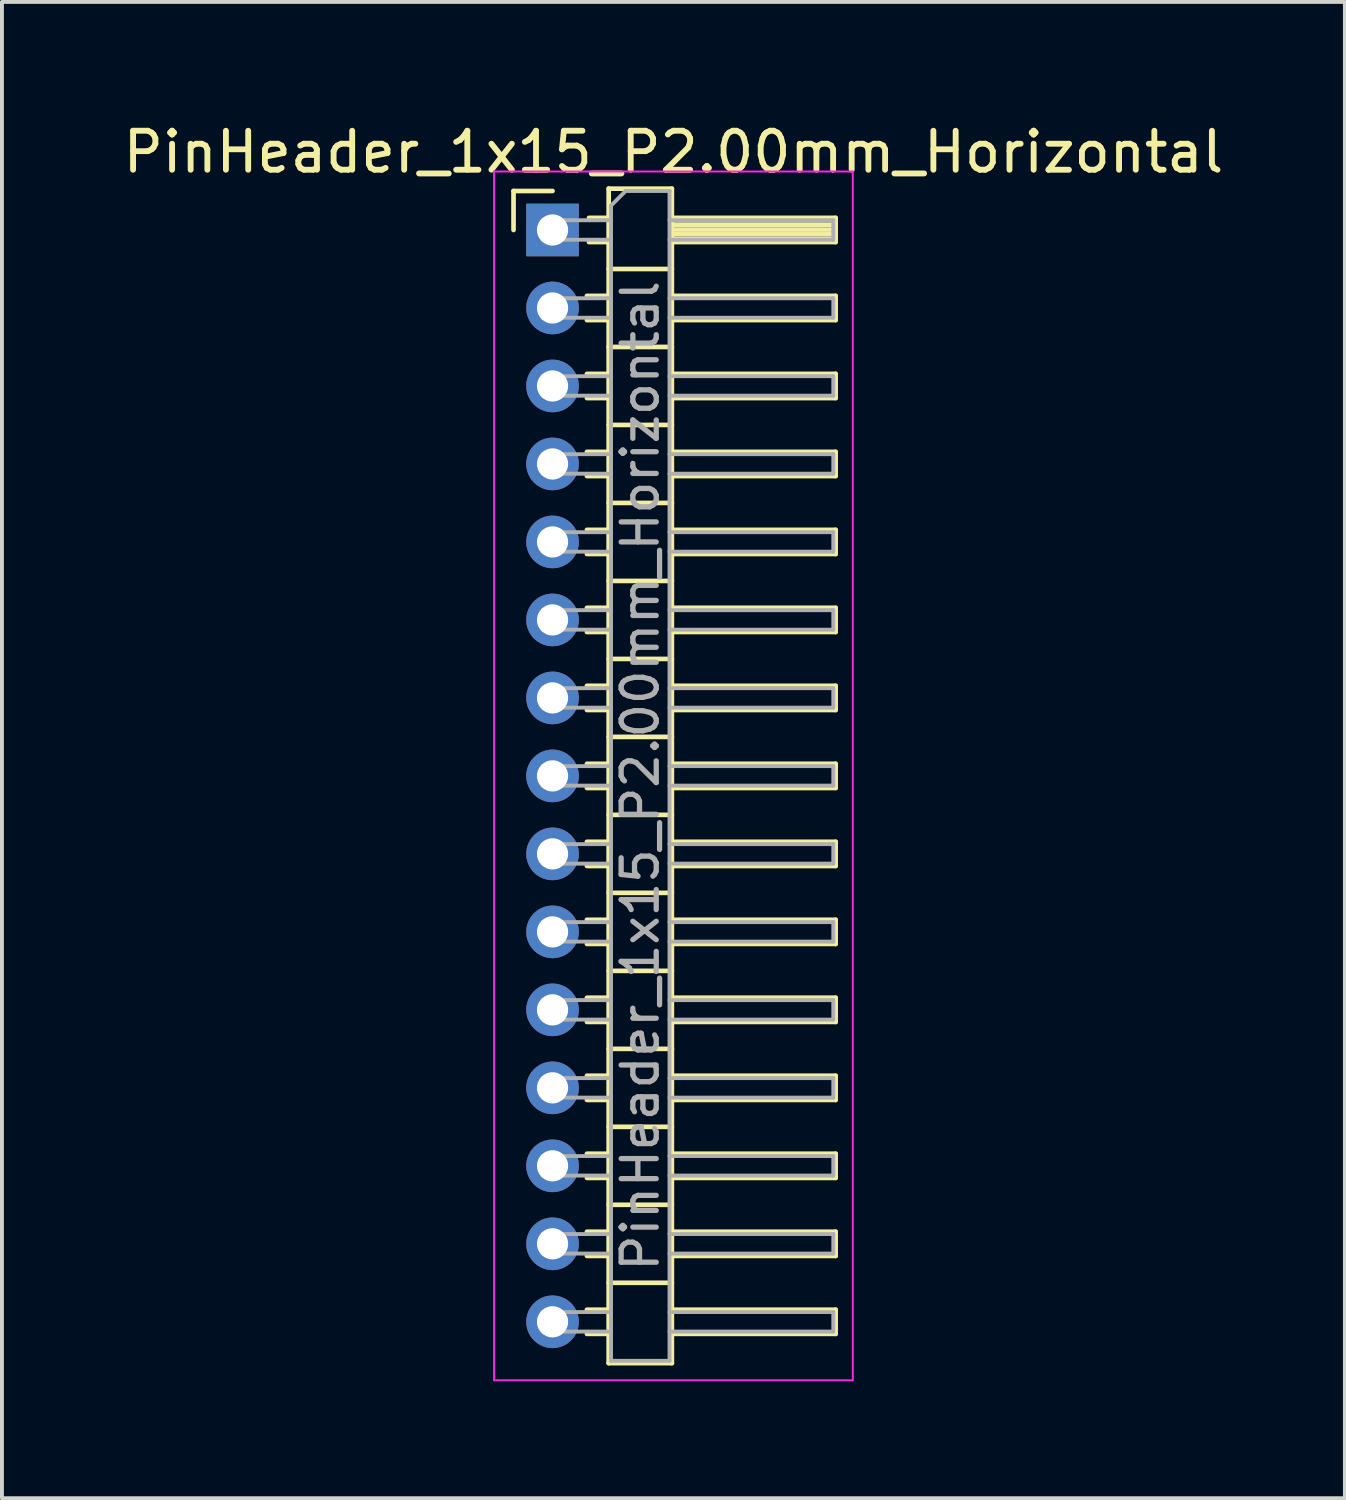
<source format=kicad_pcb>
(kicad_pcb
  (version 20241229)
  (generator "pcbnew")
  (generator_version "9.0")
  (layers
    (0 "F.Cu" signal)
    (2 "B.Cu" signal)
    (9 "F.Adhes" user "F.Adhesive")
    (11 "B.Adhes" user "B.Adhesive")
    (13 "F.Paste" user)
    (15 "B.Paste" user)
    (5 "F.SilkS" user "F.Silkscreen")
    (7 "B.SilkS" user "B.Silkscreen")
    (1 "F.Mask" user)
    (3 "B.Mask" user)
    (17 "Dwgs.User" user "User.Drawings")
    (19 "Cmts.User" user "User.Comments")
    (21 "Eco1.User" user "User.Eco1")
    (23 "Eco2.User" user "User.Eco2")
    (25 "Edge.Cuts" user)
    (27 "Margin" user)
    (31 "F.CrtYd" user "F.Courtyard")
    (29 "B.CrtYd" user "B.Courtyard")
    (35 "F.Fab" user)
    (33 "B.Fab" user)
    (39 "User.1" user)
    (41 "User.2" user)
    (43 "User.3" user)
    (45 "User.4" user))
  (footprint "PinHeader_1x15_P2.00mm_Horizontal"
    (layer "F.Cu")
    (at 11.12 2.848)
    (property "Reference" "PinHeader_1x15_P2.00mm_Horizontal" (at 3.1 -2 0) (layer "F.SilkS") (effects (font (size 1 1) (thickness 0.15))))
    (attr through_hole)
    (fp_line (start -1 -1) (end 0 -1) (stroke (width 0.12) (type solid)) (layer "F.SilkS"))
    (fp_line (start -1 0) (end -1 -1) (stroke (width 0.12) (type solid)) (layer "F.SilkS"))
    (fp_line (start 0.882 1.69) (end 1.44 1.69) (stroke (width 0.12) (type solid)) (layer "F.SilkS"))
    (fp_line (start 0.882 2.31) (end 1.44 2.31) (stroke (width 0.12) (type solid)) (layer "F.SilkS"))
    (fp_line (start 0.882 3.69) (end 1.44 3.69) (stroke (width 0.12) (type solid)) (layer "F.SilkS"))
    (fp_line (start 0.882 4.31) (end 1.44 4.31) (stroke (width 0.12) (type solid)) (layer "F.SilkS"))
    (fp_line (start 0.882 5.69) (end 1.44 5.69) (stroke (width 0.12) (type solid)) (layer "F.SilkS"))
    (fp_line (start 0.882 6.31) (end 1.44 6.31) (stroke (width 0.12) (type solid)) (layer "F.SilkS"))
    (fp_line (start 0.882 7.69) (end 1.44 7.69) (stroke (width 0.12) (type solid)) (layer "F.SilkS"))
    (fp_line (start 0.882 8.31) (end 1.44 8.31) (stroke (width 0.12) (type solid)) (layer "F.SilkS"))
    (fp_line (start 0.882 9.69) (end 1.44 9.69) (stroke (width 0.12) (type solid)) (layer "F.SilkS"))
    (fp_line (start 0.882 10.31) (end 1.44 10.31) (stroke (width 0.12) (type solid)) (layer "F.SilkS"))
    (fp_line (start 0.882 11.69) (end 1.44 11.69) (stroke (width 0.12) (type solid)) (layer "F.SilkS"))
    (fp_line (start 0.882 12.31) (end 1.44 12.31) (stroke (width 0.12) (type solid)) (layer "F.SilkS"))
    (fp_line (start 0.882 13.69) (end 1.44 13.69) (stroke (width 0.12) (type solid)) (layer "F.SilkS"))
    (fp_line (start 0.882 14.31) (end 1.44 14.31) (stroke (width 0.12) (type solid)) (layer "F.SilkS"))
    (fp_line (start 0.882 15.69) (end 1.44 15.69) (stroke (width 0.12) (type solid)) (layer "F.SilkS"))
    (fp_line (start 0.882 16.31) (end 1.44 16.31) (stroke (width 0.12) (type solid)) (layer "F.SilkS"))
    (fp_line (start 0.882 17.69) (end 1.44 17.69) (stroke (width 0.12) (type solid)) (layer "F.SilkS"))
    (fp_line (start 0.882 18.31) (end 1.44 18.31) (stroke (width 0.12) (type solid)) (layer "F.SilkS"))
    (fp_line (start 0.882 19.69) (end 1.44 19.69) (stroke (width 0.12) (type solid)) (layer "F.SilkS"))
    (fp_line (start 0.882 20.31) (end 1.44 20.31) (stroke (width 0.12) (type solid)) (layer "F.SilkS"))
    (fp_line (start 0.882 21.69) (end 1.44 21.69) (stroke (width 0.12) (type solid)) (layer "F.SilkS"))
    (fp_line (start 0.882 22.31) (end 1.44 22.31) (stroke (width 0.12) (type solid)) (layer "F.SilkS"))
    (fp_line (start 0.882 23.69) (end 1.44 23.69) (stroke (width 0.12) (type solid)) (layer "F.SilkS"))
    (fp_line (start 0.882 24.31) (end 1.44 24.31) (stroke (width 0.12) (type solid)) (layer "F.SilkS"))
    (fp_line (start 0.882 25.69) (end 1.44 25.69) (stroke (width 0.12) (type solid)) (layer "F.SilkS"))
    (fp_line (start 0.882 26.31) (end 1.44 26.31) (stroke (width 0.12) (type solid)) (layer "F.SilkS"))
    (fp_line (start 0.882 27.69) (end 1.44 27.69) (stroke (width 0.12) (type solid)) (layer "F.SilkS"))
    (fp_line (start 0.882 28.31) (end 1.44 28.31) (stroke (width 0.12) (type solid)) (layer "F.SilkS"))
    (fp_line (start 0.935 -0.31) (end 1.44 -0.31) (stroke (width 0.12) (type solid)) (layer "F.SilkS"))
    (fp_line (start 0.935 0.31) (end 1.44 0.31) (stroke (width 0.12) (type solid)) (layer "F.SilkS"))
    (fp_line (start 1.44 -1.06) (end 1.44 29.06) (stroke (width 0.12) (type solid)) (layer "F.SilkS"))
    (fp_line (start 1.44 1) (end 3.06 1) (stroke (width 0.12) (type solid)) (layer "F.SilkS"))
    (fp_line (start 1.44 3) (end 3.06 3) (stroke (width 0.12) (type solid)) (layer "F.SilkS"))
    (fp_line (start 1.44 5) (end 3.06 5) (stroke (width 0.12) (type solid)) (layer "F.SilkS"))
    (fp_line (start 1.44 7) (end 3.06 7) (stroke (width 0.12) (type solid)) (layer "F.SilkS"))
    (fp_line (start 1.44 9) (end 3.06 9) (stroke (width 0.12) (type solid)) (layer "F.SilkS"))
    (fp_line (start 1.44 11) (end 3.06 11) (stroke (width 0.12) (type solid)) (layer "F.SilkS"))
    (fp_line (start 1.44 13) (end 3.06 13) (stroke (width 0.12) (type solid)) (layer "F.SilkS"))
    (fp_line (start 1.44 15) (end 3.06 15) (stroke (width 0.12) (type solid)) (layer "F.SilkS"))
    (fp_line (start 1.44 17) (end 3.06 17) (stroke (width 0.12) (type solid)) (layer "F.SilkS"))
    (fp_line (start 1.44 19) (end 3.06 19) (stroke (width 0.12) (type solid)) (layer "F.SilkS"))
    (fp_line (start 1.44 21) (end 3.06 21) (stroke (width 0.12) (type solid)) (layer "F.SilkS"))
    (fp_line (start 1.44 23) (end 3.06 23) (stroke (width 0.12) (type solid)) (layer "F.SilkS"))
    (fp_line (start 1.44 25) (end 3.06 25) (stroke (width 0.12) (type solid)) (layer "F.SilkS"))
    (fp_line (start 1.44 27) (end 3.06 27) (stroke (width 0.12) (type solid)) (layer "F.SilkS"))
    (fp_line (start 1.44 29.06) (end 3.06 29.06) (stroke (width 0.12) (type solid)) (layer "F.SilkS"))
    (fp_line (start 3.06 -1.06) (end 1.44 -1.06) (stroke (width 0.12) (type solid)) (layer "F.SilkS"))
    (fp_line (start 3.06 -0.31) (end 7.26 -0.31) (stroke (width 0.12) (type solid)) (layer "F.SilkS"))
    (fp_line (start 3.06 -0.25) (end 7.26 -0.25) (stroke (width 0.12) (type solid)) (layer "F.SilkS"))
    (fp_line (start 3.06 -0.13) (end 7.26 -0.13) (stroke (width 0.12) (type solid)) (layer "F.SilkS"))
    (fp_line (start 3.06 -0.01) (end 7.26 -0.01) (stroke (width 0.12) (type solid)) (layer "F.SilkS"))
    (fp_line (start 3.06 0.11) (end 7.26 0.11) (stroke (width 0.12) (type solid)) (layer "F.SilkS"))
    (fp_line (start 3.06 0.23) (end 7.26 0.23) (stroke (width 0.12) (type solid)) (layer "F.SilkS"))
    (fp_line (start 3.06 1.69) (end 7.26 1.69) (stroke (width 0.12) (type solid)) (layer "F.SilkS"))
    (fp_line (start 3.06 3.69) (end 7.26 3.69) (stroke (width 0.12) (type solid)) (layer "F.SilkS"))
    (fp_line (start 3.06 5.69) (end 7.26 5.69) (stroke (width 0.12) (type solid)) (layer "F.SilkS"))
    (fp_line (start 3.06 7.69) (end 7.26 7.69) (stroke (width 0.12) (type solid)) (layer "F.SilkS"))
    (fp_line (start 3.06 9.69) (end 7.26 9.69) (stroke (width 0.12) (type solid)) (layer "F.SilkS"))
    (fp_line (start 3.06 11.69) (end 7.26 11.69) (stroke (width 0.12) (type solid)) (layer "F.SilkS"))
    (fp_line (start 3.06 13.69) (end 7.26 13.69) (stroke (width 0.12) (type solid)) (layer "F.SilkS"))
    (fp_line (start 3.06 15.69) (end 7.26 15.69) (stroke (width 0.12) (type solid)) (layer "F.SilkS"))
    (fp_line (start 3.06 17.69) (end 7.26 17.69) (stroke (width 0.12) (type solid)) (layer "F.SilkS"))
    (fp_line (start 3.06 19.69) (end 7.26 19.69) (stroke (width 0.12) (type solid)) (layer "F.SilkS"))
    (fp_line (start 3.06 21.69) (end 7.26 21.69) (stroke (width 0.12) (type solid)) (layer "F.SilkS"))
    (fp_line (start 3.06 23.69) (end 7.26 23.69) (stroke (width 0.12) (type solid)) (layer "F.SilkS"))
    (fp_line (start 3.06 25.69) (end 7.26 25.69) (stroke (width 0.12) (type solid)) (layer "F.SilkS"))
    (fp_line (start 3.06 27.69) (end 7.26 27.69) (stroke (width 0.12) (type solid)) (layer "F.SilkS"))
    (fp_line (start 3.06 29.06) (end 3.06 -1.06) (stroke (width 0.12) (type solid)) (layer "F.SilkS"))
    (fp_line (start 7.26 -0.31) (end 7.26 0.31) (stroke (width 0.12) (type solid)) (layer "F.SilkS"))
    (fp_line (start 7.26 0.31) (end 3.06 0.31) (stroke (width 0.12) (type solid)) (layer "F.SilkS"))
    (fp_line (start 7.26 1.69) (end 7.26 2.31) (stroke (width 0.12) (type solid)) (layer "F.SilkS"))
    (fp_line (start 7.26 2.31) (end 3.06 2.31) (stroke (width 0.12) (type solid)) (layer "F.SilkS"))
    (fp_line (start 7.26 3.69) (end 7.26 4.31) (stroke (width 0.12) (type solid)) (layer "F.SilkS"))
    (fp_line (start 7.26 4.31) (end 3.06 4.31) (stroke (width 0.12) (type solid)) (layer "F.SilkS"))
    (fp_line (start 7.26 5.69) (end 7.26 6.31) (stroke (width 0.12) (type solid)) (layer "F.SilkS"))
    (fp_line (start 7.26 6.31) (end 3.06 6.31) (stroke (width 0.12) (type solid)) (layer "F.SilkS"))
    (fp_line (start 7.26 7.69) (end 7.26 8.31) (stroke (width 0.12) (type solid)) (layer "F.SilkS"))
    (fp_line (start 7.26 8.31) (end 3.06 8.31) (stroke (width 0.12) (type solid)) (layer "F.SilkS"))
    (fp_line (start 7.26 9.69) (end 7.26 10.31) (stroke (width 0.12) (type solid)) (layer "F.SilkS"))
    (fp_line (start 7.26 10.31) (end 3.06 10.31) (stroke (width 0.12) (type solid)) (layer "F.SilkS"))
    (fp_line (start 7.26 11.69) (end 7.26 12.31) (stroke (width 0.12) (type solid)) (layer "F.SilkS"))
    (fp_line (start 7.26 12.31) (end 3.06 12.31) (stroke (width 0.12) (type solid)) (layer "F.SilkS"))
    (fp_line (start 7.26 13.69) (end 7.26 14.31) (stroke (width 0.12) (type solid)) (layer "F.SilkS"))
    (fp_line (start 7.26 14.31) (end 3.06 14.31) (stroke (width 0.12) (type solid)) (layer "F.SilkS"))
    (fp_line (start 7.26 15.69) (end 7.26 16.31) (stroke (width 0.12) (type solid)) (layer "F.SilkS"))
    (fp_line (start 7.26 16.31) (end 3.06 16.31) (stroke (width 0.12) (type solid)) (layer "F.SilkS"))
    (fp_line (start 7.26 17.69) (end 7.26 18.31) (stroke (width 0.12) (type solid)) (layer "F.SilkS"))
    (fp_line (start 7.26 18.31) (end 3.06 18.31) (stroke (width 0.12) (type solid)) (layer "F.SilkS"))
    (fp_line (start 7.26 19.69) (end 7.26 20.31) (stroke (width 0.12) (type solid)) (layer "F.SilkS"))
    (fp_line (start 7.26 20.31) (end 3.06 20.31) (stroke (width 0.12) (type solid)) (layer "F.SilkS"))
    (fp_line (start 7.26 21.69) (end 7.26 22.31) (stroke (width 0.12) (type solid)) (layer "F.SilkS"))
    (fp_line (start 7.26 22.31) (end 3.06 22.31) (stroke (width 0.12) (type solid)) (layer "F.SilkS"))
    (fp_line (start 7.26 23.69) (end 7.26 24.31) (stroke (width 0.12) (type solid)) (layer "F.SilkS"))
    (fp_line (start 7.26 24.31) (end 3.06 24.31) (stroke (width 0.12) (type solid)) (layer "F.SilkS"))
    (fp_line (start 7.26 25.69) (end 7.26 26.31) (stroke (width 0.12) (type solid)) (layer "F.SilkS"))
    (fp_line (start 7.26 26.31) (end 3.06 26.31) (stroke (width 0.12) (type solid)) (layer "F.SilkS"))
    (fp_line (start 7.26 27.69) (end 7.26 28.31) (stroke (width 0.12) (type solid)) (layer "F.SilkS"))
    (fp_line (start 7.26 28.31) (end 3.06 28.31) (stroke (width 0.12) (type solid)) (layer "F.SilkS"))
    (fp_line (start -1.5 -1.5) (end -1.5 29.5) (stroke (width 0.05) (type solid)) (layer "F.CrtYd"))
    (fp_line (start -1.5 29.5) (end 7.7 29.5) (stroke (width 0.05) (type solid)) (layer "F.CrtYd"))
    (fp_line (start 7.7 -1.5) (end -1.5 -1.5) (stroke (width 0.05) (type solid)) (layer "F.CrtYd"))
    (fp_line (start 7.7 29.5) (end 7.7 -1.5) (stroke (width 0.05) (type solid)) (layer "F.CrtYd"))
    (fp_line (start -0.25 -0.25) (end -0.25 0.25) (stroke (width 0.1) (type solid)) (layer "F.Fab"))
    (fp_line (start -0.25 -0.25) (end 1.5 -0.25) (stroke (width 0.1) (type solid)) (layer "F.Fab"))
    (fp_line (start -0.25 0.25) (end 1.5 0.25) (stroke (width 0.1) (type solid)) (layer "F.Fab"))
    (fp_line (start -0.25 1.75) (end -0.25 2.25) (stroke (width 0.1) (type solid)) (layer "F.Fab"))
    (fp_line (start -0.25 1.75) (end 1.5 1.75) (stroke (width 0.1) (type solid)) (layer "F.Fab"))
    (fp_line (start -0.25 2.25) (end 1.5 2.25) (stroke (width 0.1) (type solid)) (layer "F.Fab"))
    (fp_line (start -0.25 3.75) (end -0.25 4.25) (stroke (width 0.1) (type solid)) (layer "F.Fab"))
    (fp_line (start -0.25 3.75) (end 1.5 3.75) (stroke (width 0.1) (type solid)) (layer "F.Fab"))
    (fp_line (start -0.25 4.25) (end 1.5 4.25) (stroke (width 0.1) (type solid)) (layer "F.Fab"))
    (fp_line (start -0.25 5.75) (end -0.25 6.25) (stroke (width 0.1) (type solid)) (layer "F.Fab"))
    (fp_line (start -0.25 5.75) (end 1.5 5.75) (stroke (width 0.1) (type solid)) (layer "F.Fab"))
    (fp_line (start -0.25 6.25) (end 1.5 6.25) (stroke (width 0.1) (type solid)) (layer "F.Fab"))
    (fp_line (start -0.25 7.75) (end -0.25 8.25) (stroke (width 0.1) (type solid)) (layer "F.Fab"))
    (fp_line (start -0.25 7.75) (end 1.5 7.75) (stroke (width 0.1) (type solid)) (layer "F.Fab"))
    (fp_line (start -0.25 8.25) (end 1.5 8.25) (stroke (width 0.1) (type solid)) (layer "F.Fab"))
    (fp_line (start -0.25 9.75) (end -0.25 10.25) (stroke (width 0.1) (type solid)) (layer "F.Fab"))
    (fp_line (start -0.25 9.75) (end 1.5 9.75) (stroke (width 0.1) (type solid)) (layer "F.Fab"))
    (fp_line (start -0.25 10.25) (end 1.5 10.25) (stroke (width 0.1) (type solid)) (layer "F.Fab"))
    (fp_line (start -0.25 11.75) (end -0.25 12.25) (stroke (width 0.1) (type solid)) (layer "F.Fab"))
    (fp_line (start -0.25 11.75) (end 1.5 11.75) (stroke (width 0.1) (type solid)) (layer "F.Fab"))
    (fp_line (start -0.25 12.25) (end 1.5 12.25) (stroke (width 0.1) (type solid)) (layer "F.Fab"))
    (fp_line (start -0.25 13.75) (end -0.25 14.25) (stroke (width 0.1) (type solid)) (layer "F.Fab"))
    (fp_line (start -0.25 13.75) (end 1.5 13.75) (stroke (width 0.1) (type solid)) (layer "F.Fab"))
    (fp_line (start -0.25 14.25) (end 1.5 14.25) (stroke (width 0.1) (type solid)) (layer "F.Fab"))
    (fp_line (start -0.25 15.75) (end -0.25 16.25) (stroke (width 0.1) (type solid)) (layer "F.Fab"))
    (fp_line (start -0.25 15.75) (end 1.5 15.75) (stroke (width 0.1) (type solid)) (layer "F.Fab"))
    (fp_line (start -0.25 16.25) (end 1.5 16.25) (stroke (width 0.1) (type solid)) (layer "F.Fab"))
    (fp_line (start -0.25 17.75) (end -0.25 18.25) (stroke (width 0.1) (type solid)) (layer "F.Fab"))
    (fp_line (start -0.25 17.75) (end 1.5 17.75) (stroke (width 0.1) (type solid)) (layer "F.Fab"))
    (fp_line (start -0.25 18.25) (end 1.5 18.25) (stroke (width 0.1) (type solid)) (layer "F.Fab"))
    (fp_line (start -0.25 19.75) (end -0.25 20.25) (stroke (width 0.1) (type solid)) (layer "F.Fab"))
    (fp_line (start -0.25 19.75) (end 1.5 19.75) (stroke (width 0.1) (type solid)) (layer "F.Fab"))
    (fp_line (start -0.25 20.25) (end 1.5 20.25) (stroke (width 0.1) (type solid)) (layer "F.Fab"))
    (fp_line (start -0.25 21.75) (end -0.25 22.25) (stroke (width 0.1) (type solid)) (layer "F.Fab"))
    (fp_line (start -0.25 21.75) (end 1.5 21.75) (stroke (width 0.1) (type solid)) (layer "F.Fab"))
    (fp_line (start -0.25 22.25) (end 1.5 22.25) (stroke (width 0.1) (type solid)) (layer "F.Fab"))
    (fp_line (start -0.25 23.75) (end -0.25 24.25) (stroke (width 0.1) (type solid)) (layer "F.Fab"))
    (fp_line (start -0.25 23.75) (end 1.5 23.75) (stroke (width 0.1) (type solid)) (layer "F.Fab"))
    (fp_line (start -0.25 24.25) (end 1.5 24.25) (stroke (width 0.1) (type solid)) (layer "F.Fab"))
    (fp_line (start -0.25 25.75) (end -0.25 26.25) (stroke (width 0.1) (type solid)) (layer "F.Fab"))
    (fp_line (start -0.25 25.75) (end 1.5 25.75) (stroke (width 0.1) (type solid)) (layer "F.Fab"))
    (fp_line (start -0.25 26.25) (end 1.5 26.25) (stroke (width 0.1) (type solid)) (layer "F.Fab"))
    (fp_line (start -0.25 27.75) (end -0.25 28.25) (stroke (width 0.1) (type solid)) (layer "F.Fab"))
    (fp_line (start -0.25 27.75) (end 1.5 27.75) (stroke (width 0.1) (type solid)) (layer "F.Fab"))
    (fp_line (start -0.25 28.25) (end 1.5 28.25) (stroke (width 0.1) (type solid)) (layer "F.Fab"))
    (fp_line (start 1.5 -0.625) (end 1.875 -1) (stroke (width 0.1) (type solid)) (layer "F.Fab"))
    (fp_line (start 1.5 29) (end 1.5 -0.625) (stroke (width 0.1) (type solid)) (layer "F.Fab"))
    (fp_line (start 1.875 -1) (end 3 -1) (stroke (width 0.1) (type solid)) (layer "F.Fab"))
    (fp_line (start 3 -1) (end 3 29) (stroke (width 0.1) (type solid)) (layer "F.Fab"))
    (fp_line (start 3 -0.25) (end 7.2 -0.25) (stroke (width 0.1) (type solid)) (layer "F.Fab"))
    (fp_line (start 3 0.25) (end 7.2 0.25) (stroke (width 0.1) (type solid)) (layer "F.Fab"))
    (fp_line (start 3 1.75) (end 7.2 1.75) (stroke (width 0.1) (type solid)) (layer "F.Fab"))
    (fp_line (start 3 2.25) (end 7.2 2.25) (stroke (width 0.1) (type solid)) (layer "F.Fab"))
    (fp_line (start 3 3.75) (end 7.2 3.75) (stroke (width 0.1) (type solid)) (layer "F.Fab"))
    (fp_line (start 3 4.25) (end 7.2 4.25) (stroke (width 0.1) (type solid)) (layer "F.Fab"))
    (fp_line (start 3 5.75) (end 7.2 5.75) (stroke (width 0.1) (type solid)) (layer "F.Fab"))
    (fp_line (start 3 6.25) (end 7.2 6.25) (stroke (width 0.1) (type solid)) (layer "F.Fab"))
    (fp_line (start 3 7.75) (end 7.2 7.75) (stroke (width 0.1) (type solid)) (layer "F.Fab"))
    (fp_line (start 3 8.25) (end 7.2 8.25) (stroke (width 0.1) (type solid)) (layer "F.Fab"))
    (fp_line (start 3 9.75) (end 7.2 9.75) (stroke (width 0.1) (type solid)) (layer "F.Fab"))
    (fp_line (start 3 10.25) (end 7.2 10.25) (stroke (width 0.1) (type solid)) (layer "F.Fab"))
    (fp_line (start 3 11.75) (end 7.2 11.75) (stroke (width 0.1) (type solid)) (layer "F.Fab"))
    (fp_line (start 3 12.25) (end 7.2 12.25) (stroke (width 0.1) (type solid)) (layer "F.Fab"))
    (fp_line (start 3 13.75) (end 7.2 13.75) (stroke (width 0.1) (type solid)) (layer "F.Fab"))
    (fp_line (start 3 14.25) (end 7.2 14.25) (stroke (width 0.1) (type solid)) (layer "F.Fab"))
    (fp_line (start 3 15.75) (end 7.2 15.75) (stroke (width 0.1) (type solid)) (layer "F.Fab"))
    (fp_line (start 3 16.25) (end 7.2 16.25) (stroke (width 0.1) (type solid)) (layer "F.Fab"))
    (fp_line (start 3 17.75) (end 7.2 17.75) (stroke (width 0.1) (type solid)) (layer "F.Fab"))
    (fp_line (start 3 18.25) (end 7.2 18.25) (stroke (width 0.1) (type solid)) (layer "F.Fab"))
    (fp_line (start 3 19.75) (end 7.2 19.75) (stroke (width 0.1) (type solid)) (layer "F.Fab"))
    (fp_line (start 3 20.25) (end 7.2 20.25) (stroke (width 0.1) (type solid)) (layer "F.Fab"))
    (fp_line (start 3 21.75) (end 7.2 21.75) (stroke (width 0.1) (type solid)) (layer "F.Fab"))
    (fp_line (start 3 22.25) (end 7.2 22.25) (stroke (width 0.1) (type solid)) (layer "F.Fab"))
    (fp_line (start 3 23.75) (end 7.2 23.75) (stroke (width 0.1) (type solid)) (layer "F.Fab"))
    (fp_line (start 3 24.25) (end 7.2 24.25) (stroke (width 0.1) (type solid)) (layer "F.Fab"))
    (fp_line (start 3 25.75) (end 7.2 25.75) (stroke (width 0.1) (type solid)) (layer "F.Fab"))
    (fp_line (start 3 26.25) (end 7.2 26.25) (stroke (width 0.1) (type solid)) (layer "F.Fab"))
    (fp_line (start 3 27.75) (end 7.2 27.75) (stroke (width 0.1) (type solid)) (layer "F.Fab"))
    (fp_line (start 3 28.25) (end 7.2 28.25) (stroke (width 0.1) (type solid)) (layer "F.Fab"))
    (fp_line (start 3 29) (end 1.5 29) (stroke (width 0.1) (type solid)) (layer "F.Fab"))
    (fp_line (start 7.2 -0.25) (end 7.2 0.25) (stroke (width 0.1) (type solid)) (layer "F.Fab"))
    (fp_line (start 7.2 1.75) (end 7.2 2.25) (stroke (width 0.1) (type solid)) (layer "F.Fab"))
    (fp_line (start 7.2 3.75) (end 7.2 4.25) (stroke (width 0.1) (type solid)) (layer "F.Fab"))
    (fp_line (start 7.2 5.75) (end 7.2 6.25) (stroke (width 0.1) (type solid)) (layer "F.Fab"))
    (fp_line (start 7.2 7.75) (end 7.2 8.25) (stroke (width 0.1) (type solid)) (layer "F.Fab"))
    (fp_line (start 7.2 9.75) (end 7.2 10.25) (stroke (width 0.1) (type solid)) (layer "F.Fab"))
    (fp_line (start 7.2 11.75) (end 7.2 12.25) (stroke (width 0.1) (type solid)) (layer "F.Fab"))
    (fp_line (start 7.2 13.75) (end 7.2 14.25) (stroke (width 0.1) (type solid)) (layer "F.Fab"))
    (fp_line (start 7.2 15.75) (end 7.2 16.25) (stroke (width 0.1) (type solid)) (layer "F.Fab"))
    (fp_line (start 7.2 17.75) (end 7.2 18.25) (stroke (width 0.1) (type solid)) (layer "F.Fab"))
    (fp_line (start 7.2 19.75) (end 7.2 20.25) (stroke (width 0.1) (type solid)) (layer "F.Fab"))
    (fp_line (start 7.2 21.75) (end 7.2 22.25) (stroke (width 0.1) (type solid)) (layer "F.Fab"))
    (fp_line (start 7.2 23.75) (end 7.2 24.25) (stroke (width 0.1) (type solid)) (layer "F.Fab"))
    (fp_line (start 7.2 25.75) (end 7.2 26.25) (stroke (width 0.1) (type solid)) (layer "F.Fab"))
    (fp_line (start 7.2 27.75) (end 7.2 28.25) (stroke (width 0.1) (type solid)) (layer "F.Fab"))
    (fp_text user "${REFERENCE}" (at 2.25 14 90) (layer "F.Fab") (effects (font (size 0.9 0.9) (thickness 0.135))))
    (pad "1" thru_hole rect (at 0 0) (size 1.35 1.35) (drill 0.8) (layers "*.Cu" "*.Mask"))
    (pad "2" thru_hole oval (at 0 2) (size 1.35 1.35) (drill 0.8) (layers "*.Cu" "*.Mask"))
    (pad "3" thru_hole oval (at 0 4) (size 1.35 1.35) (drill 0.8) (layers "*.Cu" "*.Mask"))
    (pad "4" thru_hole oval (at 0 6) (size 1.35 1.35) (drill 0.8) (layers "*.Cu" "*.Mask"))
    (pad "5" thru_hole oval (at 0 8) (size 1.35 1.35) (drill 0.8) (layers "*.Cu" "*.Mask"))
    (pad "6" thru_hole oval (at 0 10) (size 1.35 1.35) (drill 0.8) (layers "*.Cu" "*.Mask"))
    (pad "7" thru_hole oval (at 0 12) (size 1.35 1.35) (drill 0.8) (layers "*.Cu" "*.Mask"))
    (pad "8" thru_hole oval (at 0 14) (size 1.35 1.35) (drill 0.8) (layers "*.Cu" "*.Mask"))
    (pad "9" thru_hole oval (at 0 16) (size 1.35 1.35) (drill 0.8) (layers "*.Cu" "*.Mask"))
    (pad "10" thru_hole oval (at 0 18) (size 1.35 1.35) (drill 0.8) (layers "*.Cu" "*.Mask"))
    (pad "11" thru_hole oval (at 0 20) (size 1.35 1.35) (drill 0.8) (layers "*.Cu" "*.Mask"))
    (pad "12" thru_hole oval (at 0 22) (size 1.35 1.35) (drill 0.8) (layers "*.Cu" "*.Mask"))
    (pad "13" thru_hole oval (at 0 24) (size 1.35 1.35) (drill 0.8) (layers "*.Cu" "*.Mask"))
    (pad "14" thru_hole oval (at 0 26) (size 1.35 1.35) (drill 0.8) (layers "*.Cu" "*.Mask"))
    (pad "15" thru_hole oval (at 0 28) (size 1.35 1.35) (drill 0.8) (layers "*.Cu" "*.Mask")))
  (gr_rect
    (start -3 -3)
    (end 31.44 35.373)
    (stroke (width 0.1) (type default))
    (fill no)
    (layer "Edge.Cuts")))
</source>
